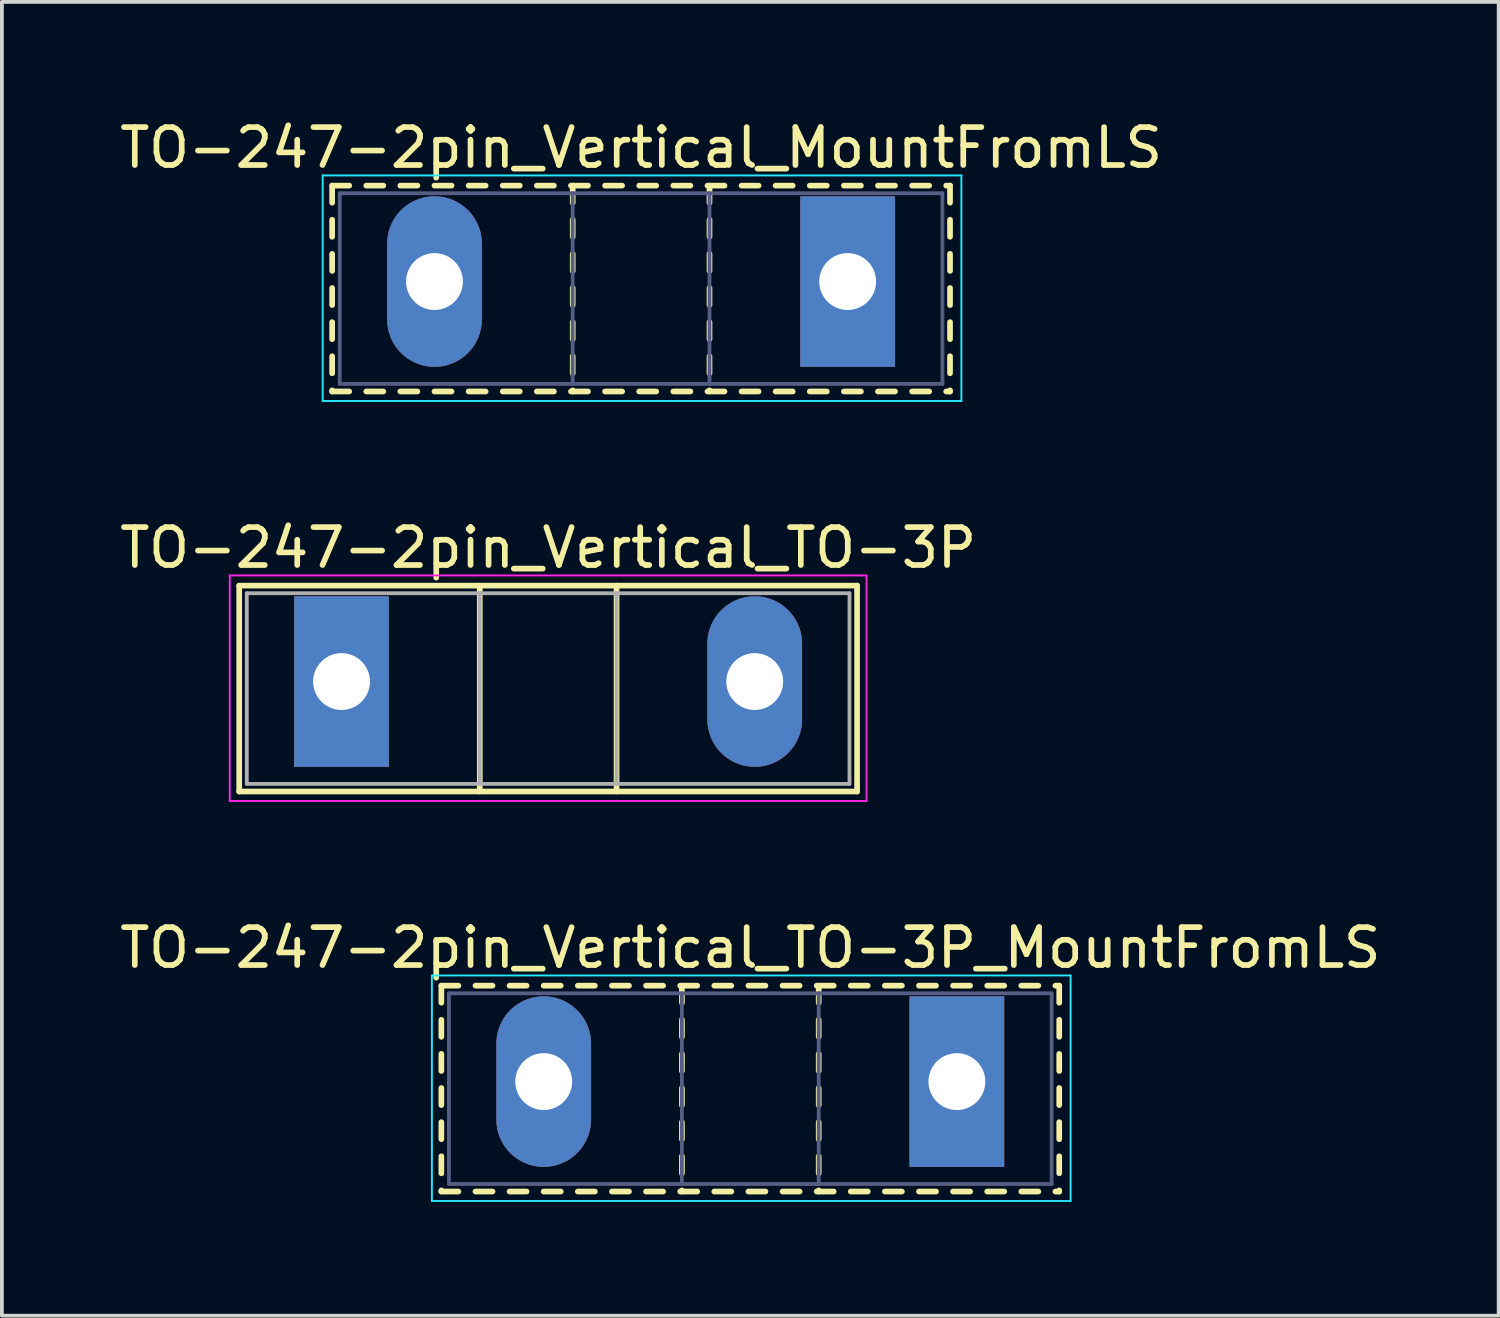
<source format=kicad_pcb>
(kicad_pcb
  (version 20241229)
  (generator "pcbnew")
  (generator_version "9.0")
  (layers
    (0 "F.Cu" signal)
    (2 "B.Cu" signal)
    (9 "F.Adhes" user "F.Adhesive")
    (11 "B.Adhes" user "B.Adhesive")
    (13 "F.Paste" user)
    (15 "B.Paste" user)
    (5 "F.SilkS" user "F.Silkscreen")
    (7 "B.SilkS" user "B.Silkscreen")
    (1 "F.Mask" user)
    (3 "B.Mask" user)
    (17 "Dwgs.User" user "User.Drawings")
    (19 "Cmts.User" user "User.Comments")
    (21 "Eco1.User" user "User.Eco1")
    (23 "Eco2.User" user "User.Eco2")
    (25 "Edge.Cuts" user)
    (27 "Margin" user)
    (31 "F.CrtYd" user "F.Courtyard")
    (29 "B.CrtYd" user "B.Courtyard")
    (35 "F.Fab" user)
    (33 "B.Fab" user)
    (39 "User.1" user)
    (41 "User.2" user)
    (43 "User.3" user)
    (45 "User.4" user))
  (footprint "TO-247-2pin_Vertical_TO-3P"
    (layer "F.Cu")
    (at 5.961 14.931)
    (property "Reference" "TO-247-2pin_Vertical_TO-3P" (at 5.45 -3.53 0) (layer "F.SilkS") (effects (font (size 1 1) (thickness 0.15))))
    (attr through_hole)
    (fp_line (start -2.7 -2.531) (end -2.7 2.9) (stroke (width 0.15) (type solid)) (layer "F.SilkS"))
    (fp_line (start -2.7 -2.531) (end 13.601 -2.531) (stroke (width 0.15) (type solid)) (layer "F.SilkS"))
    (fp_line (start -2.7 2.9) (end 13.601 2.9) (stroke (width 0.15) (type solid)) (layer "F.SilkS"))
    (fp_line (start 3.646 -2.531) (end 3.646 2.9) (stroke (width 0.15) (type solid)) (layer "F.SilkS"))
    (fp_line (start 7.255 -2.531) (end 7.255 2.9) (stroke (width 0.15) (type solid)) (layer "F.SilkS"))
    (fp_line (start 13.601 -2.531) (end 13.601 2.9) (stroke (width 0.15) (type solid)) (layer "F.SilkS"))
    (fp_line (start -2.95 -2.8) (end -2.95 3.15) (stroke (width 0.05) (type solid)) (layer "F.CrtYd"))
    (fp_line (start -2.95 3.15) (end 13.85 3.15) (stroke (width 0.05) (type solid)) (layer "F.CrtYd"))
    (fp_line (start 13.85 -2.8) (end -2.95 -2.8) (stroke (width 0.05) (type solid)) (layer "F.CrtYd"))
    (fp_line (start 13.85 3.15) (end 13.85 -2.8) (stroke (width 0.05) (type solid)) (layer "F.CrtYd"))
    (fp_line (start -2.5 -2.33) (end -2.5 2.7) (stroke (width 0.1) (type solid)) (layer "F.Fab"))
    (fp_line (start -2.5 2.7) (end 13.4 2.7) (stroke (width 0.1) (type solid)) (layer "F.Fab"))
    (fp_line (start 3.645 -2.33) (end 3.645 2.7) (stroke (width 0.1) (type solid)) (layer "F.Fab"))
    (fp_line (start 7.255 -2.33) (end 7.255 2.7) (stroke (width 0.1) (type solid)) (layer "F.Fab"))
    (fp_line (start 13.4 -2.33) (end -2.5 -2.33) (stroke (width 0.1) (type solid)) (layer "F.Fab"))
    (fp_line (start 13.4 2.7) (end 13.4 -2.33) (stroke (width 0.1) (type solid)) (layer "F.Fab"))
    (pad "1" thru_hole rect (at 0 0) (size 2.5 4.5) (drill 1.5) (layers "*.Cu" "*.Mask"))
    (pad "2" thru_hole oval (at 10.9 0) (size 2.5 4.5) (drill 1.5) (layers "*.Cu" "*.Mask")))
  (footprint "TO-247-2pin_Vertical_MountFromLS"
    (layer "F.Cu")
    (at 19.313 4.378)
    (property "Reference" "TO-247-2pin_Vertical_MountFromLS" (at -5.45 -3.53 0) (layer "F.SilkS") (effects (font (size 1 1) (thickness 0.15))))
    (attr through_hole)
    (fp_line (start -13.6 -2.531) (end -13.6 -2.081) (stroke (width 0.15) (type solid)) (layer "F.SilkS"))
    (fp_line (start -13.6 -2.531) (end -13.15 -2.531) (stroke (width 0.15) (type solid)) (layer "F.SilkS"))
    (fp_line (start -13.6 -1.631) (end -13.6 -1.181) (stroke (width 0.15) (type solid)) (layer "F.SilkS"))
    (fp_line (start -13.6 -0.731) (end -13.6 -0.281) (stroke (width 0.15) (type solid)) (layer "F.SilkS"))
    (fp_line (start -13.6 0.17) (end -13.6 0.62) (stroke (width 0.15) (type solid)) (layer "F.SilkS"))
    (fp_line (start -13.6 1.07) (end -13.6 1.52) (stroke (width 0.15) (type solid)) (layer "F.SilkS"))
    (fp_line (start -13.6 1.97) (end -13.6 2.42) (stroke (width 0.15) (type solid)) (layer "F.SilkS"))
    (fp_line (start -13.6 2.87) (end -13.6 2.9) (stroke (width 0.15) (type solid)) (layer "F.SilkS"))
    (fp_line (start -13.6 2.9) (end -13.15 2.9) (stroke (width 0.15) (type solid)) (layer "F.SilkS"))
    (fp_line (start -12.7 -2.531) (end -12.25 -2.531) (stroke (width 0.15) (type solid)) (layer "F.SilkS"))
    (fp_line (start -12.7 2.9) (end -12.25 2.9) (stroke (width 0.15) (type solid)) (layer "F.SilkS"))
    (fp_line (start -11.801 -2.531) (end -11.351 -2.531) (stroke (width 0.15) (type solid)) (layer "F.SilkS"))
    (fp_line (start -11.801 2.9) (end -11.351 2.9) (stroke (width 0.15) (type solid)) (layer "F.SilkS"))
    (fp_line (start -10.901 -2.531) (end -10.45 -2.531) (stroke (width 0.15) (type solid)) (layer "F.SilkS"))
    (fp_line (start -10.901 2.9) (end -10.45 2.9) (stroke (width 0.15) (type solid)) (layer "F.SilkS"))
    (fp_line (start -10 -2.531) (end -9.55 -2.531) (stroke (width 0.15) (type solid)) (layer "F.SilkS"))
    (fp_line (start -10 2.9) (end -9.55 2.9) (stroke (width 0.15) (type solid)) (layer "F.SilkS"))
    (fp_line (start -9.1 -2.531) (end -8.65 -2.531) (stroke (width 0.15) (type solid)) (layer "F.SilkS"))
    (fp_line (start -9.1 2.9) (end -8.65 2.9) (stroke (width 0.15) (type solid)) (layer "F.SilkS"))
    (fp_line (start -8.2 -2.531) (end -7.75 -2.531) (stroke (width 0.15) (type solid)) (layer "F.SilkS"))
    (fp_line (start -8.2 2.9) (end -7.75 2.9) (stroke (width 0.15) (type solid)) (layer "F.SilkS"))
    (fp_line (start -7.3 -2.531) (end -6.85 -2.531) (stroke (width 0.15) (type solid)) (layer "F.SilkS"))
    (fp_line (start -7.3 2.9) (end -6.85 2.9) (stroke (width 0.15) (type solid)) (layer "F.SilkS"))
    (fp_line (start -7.254 -2.531) (end -7.254 -2.081) (stroke (width 0.15) (type solid)) (layer "F.SilkS"))
    (fp_line (start -7.254 -1.631) (end -7.254 -1.181) (stroke (width 0.15) (type solid)) (layer "F.SilkS"))
    (fp_line (start -7.254 -0.731) (end -7.254 -0.281) (stroke (width 0.15) (type solid)) (layer "F.SilkS"))
    (fp_line (start -7.254 0.17) (end -7.254 0.62) (stroke (width 0.15) (type solid)) (layer "F.SilkS"))
    (fp_line (start -7.254 1.07) (end -7.254 1.52) (stroke (width 0.15) (type solid)) (layer "F.SilkS"))
    (fp_line (start -7.254 1.97) (end -7.254 2.42) (stroke (width 0.15) (type solid)) (layer "F.SilkS"))
    (fp_line (start -7.254 2.87) (end -7.254 2.9) (stroke (width 0.15) (type solid)) (layer "F.SilkS"))
    (fp_line (start -6.4 -2.531) (end -5.95 -2.531) (stroke (width 0.15) (type solid)) (layer "F.SilkS"))
    (fp_line (start -6.4 2.9) (end -5.95 2.9) (stroke (width 0.15) (type solid)) (layer "F.SilkS"))
    (fp_line (start -5.5 -2.531) (end -5.05 -2.531) (stroke (width 0.15) (type solid)) (layer "F.SilkS"))
    (fp_line (start -5.5 2.9) (end -5.05 2.9) (stroke (width 0.15) (type solid)) (layer "F.SilkS"))
    (fp_line (start -4.599 -2.531) (end -4.149 -2.531) (stroke (width 0.15) (type solid)) (layer "F.SilkS"))
    (fp_line (start -4.599 2.9) (end -4.149 2.9) (stroke (width 0.15) (type solid)) (layer "F.SilkS"))
    (fp_line (start -3.699 -2.531) (end -3.249 -2.531) (stroke (width 0.15) (type solid)) (layer "F.SilkS"))
    (fp_line (start -3.699 2.9) (end -3.249 2.9) (stroke (width 0.15) (type solid)) (layer "F.SilkS"))
    (fp_line (start -3.645 -2.531) (end -3.645 -2.081) (stroke (width 0.15) (type solid)) (layer "F.SilkS"))
    (fp_line (start -3.645 -1.631) (end -3.645 -1.181) (stroke (width 0.15) (type solid)) (layer "F.SilkS"))
    (fp_line (start -3.645 -0.731) (end -3.645 -0.281) (stroke (width 0.15) (type solid)) (layer "F.SilkS"))
    (fp_line (start -3.645 0.17) (end -3.645 0.62) (stroke (width 0.15) (type solid)) (layer "F.SilkS"))
    (fp_line (start -3.645 1.07) (end -3.645 1.52) (stroke (width 0.15) (type solid)) (layer "F.SilkS"))
    (fp_line (start -3.645 1.97) (end -3.645 2.42) (stroke (width 0.15) (type solid)) (layer "F.SilkS"))
    (fp_line (start -3.645 2.87) (end -3.645 2.9) (stroke (width 0.15) (type solid)) (layer "F.SilkS"))
    (fp_line (start -2.799 -2.531) (end -2.35 -2.531) (stroke (width 0.15) (type solid)) (layer "F.SilkS"))
    (fp_line (start -2.799 2.9) (end -2.35 2.9) (stroke (width 0.15) (type solid)) (layer "F.SilkS"))
    (fp_line (start -1.9 -2.531) (end -1.45 -2.531) (stroke (width 0.15) (type solid)) (layer "F.SilkS"))
    (fp_line (start -1.9 2.9) (end -1.45 2.9) (stroke (width 0.15) (type solid)) (layer "F.SilkS"))
    (fp_line (start -1 -2.531) (end -0.55 -2.531) (stroke (width 0.15) (type solid)) (layer "F.SilkS"))
    (fp_line (start -1 2.9) (end -0.55 2.9) (stroke (width 0.15) (type solid)) (layer "F.SilkS"))
    (fp_line (start -0.1 -2.531) (end 0.35 -2.531) (stroke (width 0.15) (type solid)) (layer "F.SilkS"))
    (fp_line (start -0.1 2.9) (end 0.35 2.9) (stroke (width 0.15) (type solid)) (layer "F.SilkS"))
    (fp_line (start 0.8 -2.531) (end 1.25 -2.531) (stroke (width 0.15) (type solid)) (layer "F.SilkS"))
    (fp_line (start 0.8 2.9) (end 1.25 2.9) (stroke (width 0.15) (type solid)) (layer "F.SilkS"))
    (fp_line (start 1.7 -2.531) (end 2.15 -2.531) (stroke (width 0.15) (type solid)) (layer "F.SilkS"))
    (fp_line (start 1.7 2.9) (end 2.15 2.9) (stroke (width 0.15) (type solid)) (layer "F.SilkS"))
    (fp_line (start 2.6 -2.531) (end 2.701 -2.531) (stroke (width 0.15) (type solid)) (layer "F.SilkS"))
    (fp_line (start 2.6 2.9) (end 2.701 2.9) (stroke (width 0.15) (type solid)) (layer "F.SilkS"))
    (fp_line (start 2.701 -2.531) (end 2.701 -2.081) (stroke (width 0.15) (type solid)) (layer "F.SilkS"))
    (fp_line (start 2.701 -1.631) (end 2.701 -1.181) (stroke (width 0.15) (type solid)) (layer "F.SilkS"))
    (fp_line (start 2.701 -0.731) (end 2.701 -0.281) (stroke (width 0.15) (type solid)) (layer "F.SilkS"))
    (fp_line (start 2.701 0.17) (end 2.701 0.62) (stroke (width 0.15) (type solid)) (layer "F.SilkS"))
    (fp_line (start 2.701 1.07) (end 2.701 1.52) (stroke (width 0.15) (type solid)) (layer "F.SilkS"))
    (fp_line (start 2.701 1.97) (end 2.701 2.42) (stroke (width 0.15) (type solid)) (layer "F.SilkS"))
    (fp_line (start 2.701 2.87) (end 2.701 2.9) (stroke (width 0.15) (type solid)) (layer "F.SilkS"))
    (fp_line (start -13.85 -2.8) (end -13.85 3.15) (stroke (width 0.05) (type solid)) (layer "B.CrtYd"))
    (fp_line (start -13.85 3.15) (end 3 3.15) (stroke (width 0.05) (type solid)) (layer "B.CrtYd"))
    (fp_line (start 3 -2.8) (end -13.85 -2.8) (stroke (width 0.05) (type solid)) (layer "B.CrtYd"))
    (fp_line (start 3 3.15) (end 3 -2.8) (stroke (width 0.05) (type solid)) (layer "B.CrtYd"))
    (fp_line (start -13.4 -2.33) (end -13.4 2.7) (stroke (width 0.1) (type solid)) (layer "B.Fab"))
    (fp_line (start -13.4 2.7) (end 2.5 2.7) (stroke (width 0.1) (type solid)) (layer "B.Fab"))
    (fp_line (start -7.255 -2.33) (end -7.255 2.7) (stroke (width 0.1) (type solid)) (layer "B.Fab"))
    (fp_line (start -3.645 -2.33) (end -3.645 2.7) (stroke (width 0.1) (type solid)) (layer "B.Fab"))
    (fp_line (start 2.5 -2.33) (end -13.4 -2.33) (stroke (width 0.1) (type solid)) (layer "B.Fab"))
    (fp_line (start 2.5 2.7) (end 2.5 -2.33) (stroke (width 0.1) (type solid)) (layer "B.Fab"))
    (pad "1" thru_hole rect (at 0 0) (size 2.5 4.5) (drill 1.5) (layers "*.Cu" "*.Mask"))
    (pad "2" thru_hole oval (at -10.9 0) (size 2.5 4.5) (drill 1.5) (layers "*.Cu" "*.Mask")))
  (footprint "TO-247-2pin_Vertical_TO-3P_MountFromLS"
    (layer "F.Cu")
    (at 22.194 25.485)
    (property "Reference" "TO-247-2pin_Vertical_TO-3P_MountFromLS" (at -5.45 -3.53 0) (layer "F.SilkS") (effects (font (size 1 1) (thickness 0.15))))
    (attr through_hole)
    (fp_line (start -13.6 -2.531) (end -13.6 -2.081) (stroke (width 0.15) (type solid)) (layer "F.SilkS"))
    (fp_line (start -13.6 -2.531) (end -13.15 -2.531) (stroke (width 0.15) (type solid)) (layer "F.SilkS"))
    (fp_line (start -13.6 -1.631) (end -13.6 -1.181) (stroke (width 0.15) (type solid)) (layer "F.SilkS"))
    (fp_line (start -13.6 -0.731) (end -13.6 -0.281) (stroke (width 0.15) (type solid)) (layer "F.SilkS"))
    (fp_line (start -13.6 0.17) (end -13.6 0.62) (stroke (width 0.15) (type solid)) (layer "F.SilkS"))
    (fp_line (start -13.6 1.07) (end -13.6 1.52) (stroke (width 0.15) (type solid)) (layer "F.SilkS"))
    (fp_line (start -13.6 1.97) (end -13.6 2.42) (stroke (width 0.15) (type solid)) (layer "F.SilkS"))
    (fp_line (start -13.6 2.87) (end -13.6 2.9) (stroke (width 0.15) (type solid)) (layer "F.SilkS"))
    (fp_line (start -13.6 2.9) (end -13.15 2.9) (stroke (width 0.15) (type solid)) (layer "F.SilkS"))
    (fp_line (start -12.7 -2.531) (end -12.25 -2.531) (stroke (width 0.15) (type solid)) (layer "F.SilkS"))
    (fp_line (start -12.7 2.9) (end -12.25 2.9) (stroke (width 0.15) (type solid)) (layer "F.SilkS"))
    (fp_line (start -11.801 -2.531) (end -11.351 -2.531) (stroke (width 0.15) (type solid)) (layer "F.SilkS"))
    (fp_line (start -11.801 2.9) (end -11.351 2.9) (stroke (width 0.15) (type solid)) (layer "F.SilkS"))
    (fp_line (start -10.901 -2.531) (end -10.45 -2.531) (stroke (width 0.15) (type solid)) (layer "F.SilkS"))
    (fp_line (start -10.901 2.9) (end -10.45 2.9) (stroke (width 0.15) (type solid)) (layer "F.SilkS"))
    (fp_line (start -10 -2.531) (end -9.55 -2.531) (stroke (width 0.15) (type solid)) (layer "F.SilkS"))
    (fp_line (start -10 2.9) (end -9.55 2.9) (stroke (width 0.15) (type solid)) (layer "F.SilkS"))
    (fp_line (start -9.1 -2.531) (end -8.65 -2.531) (stroke (width 0.15) (type solid)) (layer "F.SilkS"))
    (fp_line (start -9.1 2.9) (end -8.65 2.9) (stroke (width 0.15) (type solid)) (layer "F.SilkS"))
    (fp_line (start -8.2 -2.531) (end -7.75 -2.531) (stroke (width 0.15) (type solid)) (layer "F.SilkS"))
    (fp_line (start -8.2 2.9) (end -7.75 2.9) (stroke (width 0.15) (type solid)) (layer "F.SilkS"))
    (fp_line (start -7.3 -2.531) (end -6.85 -2.531) (stroke (width 0.15) (type solid)) (layer "F.SilkS"))
    (fp_line (start -7.3 2.9) (end -6.85 2.9) (stroke (width 0.15) (type solid)) (layer "F.SilkS"))
    (fp_line (start -7.254 -2.531) (end -7.254 -2.081) (stroke (width 0.15) (type solid)) (layer "F.SilkS"))
    (fp_line (start -7.254 -1.631) (end -7.254 -1.181) (stroke (width 0.15) (type solid)) (layer "F.SilkS"))
    (fp_line (start -7.254 -0.731) (end -7.254 -0.281) (stroke (width 0.15) (type solid)) (layer "F.SilkS"))
    (fp_line (start -7.254 0.17) (end -7.254 0.62) (stroke (width 0.15) (type solid)) (layer "F.SilkS"))
    (fp_line (start -7.254 1.07) (end -7.254 1.52) (stroke (width 0.15) (type solid)) (layer "F.SilkS"))
    (fp_line (start -7.254 1.97) (end -7.254 2.42) (stroke (width 0.15) (type solid)) (layer "F.SilkS"))
    (fp_line (start -7.254 2.87) (end -7.254 2.9) (stroke (width 0.15) (type solid)) (layer "F.SilkS"))
    (fp_line (start -6.4 -2.531) (end -5.95 -2.531) (stroke (width 0.15) (type solid)) (layer "F.SilkS"))
    (fp_line (start -6.4 2.9) (end -5.95 2.9) (stroke (width 0.15) (type solid)) (layer "F.SilkS"))
    (fp_line (start -5.5 -2.531) (end -5.05 -2.531) (stroke (width 0.15) (type solid)) (layer "F.SilkS"))
    (fp_line (start -5.5 2.9) (end -5.05 2.9) (stroke (width 0.15) (type solid)) (layer "F.SilkS"))
    (fp_line (start -4.599 -2.531) (end -4.149 -2.531) (stroke (width 0.15) (type solid)) (layer "F.SilkS"))
    (fp_line (start -4.599 2.9) (end -4.149 2.9) (stroke (width 0.15) (type solid)) (layer "F.SilkS"))
    (fp_line (start -3.699 -2.531) (end -3.249 -2.531) (stroke (width 0.15) (type solid)) (layer "F.SilkS"))
    (fp_line (start -3.699 2.9) (end -3.249 2.9) (stroke (width 0.15) (type solid)) (layer "F.SilkS"))
    (fp_line (start -3.645 -2.531) (end -3.645 -2.081) (stroke (width 0.15) (type solid)) (layer "F.SilkS"))
    (fp_line (start -3.645 -1.631) (end -3.645 -1.181) (stroke (width 0.15) (type solid)) (layer "F.SilkS"))
    (fp_line (start -3.645 -0.731) (end -3.645 -0.281) (stroke (width 0.15) (type solid)) (layer "F.SilkS"))
    (fp_line (start -3.645 0.17) (end -3.645 0.62) (stroke (width 0.15) (type solid)) (layer "F.SilkS"))
    (fp_line (start -3.645 1.07) (end -3.645 1.52) (stroke (width 0.15) (type solid)) (layer "F.SilkS"))
    (fp_line (start -3.645 1.97) (end -3.645 2.42) (stroke (width 0.15) (type solid)) (layer "F.SilkS"))
    (fp_line (start -3.645 2.87) (end -3.645 2.9) (stroke (width 0.15) (type solid)) (layer "F.SilkS"))
    (fp_line (start -2.799 -2.531) (end -2.35 -2.531) (stroke (width 0.15) (type solid)) (layer "F.SilkS"))
    (fp_line (start -2.799 2.9) (end -2.35 2.9) (stroke (width 0.15) (type solid)) (layer "F.SilkS"))
    (fp_line (start -1.9 -2.531) (end -1.45 -2.531) (stroke (width 0.15) (type solid)) (layer "F.SilkS"))
    (fp_line (start -1.9 2.9) (end -1.45 2.9) (stroke (width 0.15) (type solid)) (layer "F.SilkS"))
    (fp_line (start -1 -2.531) (end -0.55 -2.531) (stroke (width 0.15) (type solid)) (layer "F.SilkS"))
    (fp_line (start -1 2.9) (end -0.55 2.9) (stroke (width 0.15) (type solid)) (layer "F.SilkS"))
    (fp_line (start -0.1 -2.531) (end 0.35 -2.531) (stroke (width 0.15) (type solid)) (layer "F.SilkS"))
    (fp_line (start -0.1 2.9) (end 0.35 2.9) (stroke (width 0.15) (type solid)) (layer "F.SilkS"))
    (fp_line (start 0.8 -2.531) (end 1.25 -2.531) (stroke (width 0.15) (type solid)) (layer "F.SilkS"))
    (fp_line (start 0.8 2.9) (end 1.25 2.9) (stroke (width 0.15) (type solid)) (layer "F.SilkS"))
    (fp_line (start 1.7 -2.531) (end 2.15 -2.531) (stroke (width 0.15) (type solid)) (layer "F.SilkS"))
    (fp_line (start 1.7 2.9) (end 2.15 2.9) (stroke (width 0.15) (type solid)) (layer "F.SilkS"))
    (fp_line (start 2.6 -2.531) (end 2.701 -2.531) (stroke (width 0.15) (type solid)) (layer "F.SilkS"))
    (fp_line (start 2.6 2.9) (end 2.701 2.9) (stroke (width 0.15) (type solid)) (layer "F.SilkS"))
    (fp_line (start 2.701 -2.531) (end 2.701 -2.081) (stroke (width 0.15) (type solid)) (layer "F.SilkS"))
    (fp_line (start 2.701 -1.631) (end 2.701 -1.181) (stroke (width 0.15) (type solid)) (layer "F.SilkS"))
    (fp_line (start 2.701 -0.731) (end 2.701 -0.281) (stroke (width 0.15) (type solid)) (layer "F.SilkS"))
    (fp_line (start 2.701 0.17) (end 2.701 0.62) (stroke (width 0.15) (type solid)) (layer "F.SilkS"))
    (fp_line (start 2.701 1.07) (end 2.701 1.52) (stroke (width 0.15) (type solid)) (layer "F.SilkS"))
    (fp_line (start 2.701 1.97) (end 2.701 2.42) (stroke (width 0.15) (type solid)) (layer "F.SilkS"))
    (fp_line (start 2.701 2.87) (end 2.701 2.9) (stroke (width 0.15) (type solid)) (layer "F.SilkS"))
    (fp_line (start -13.85 -2.8) (end -13.85 3.15) (stroke (width 0.05) (type solid)) (layer "B.CrtYd"))
    (fp_line (start -13.85 3.15) (end 3 3.15) (stroke (width 0.05) (type solid)) (layer "B.CrtYd"))
    (fp_line (start 3 -2.8) (end -13.85 -2.8) (stroke (width 0.05) (type solid)) (layer "B.CrtYd"))
    (fp_line (start 3 3.15) (end 3 -2.8) (stroke (width 0.05) (type solid)) (layer "B.CrtYd"))
    (fp_line (start -13.4 -2.33) (end -13.4 2.7) (stroke (width 0.1) (type solid)) (layer "B.Fab"))
    (fp_line (start -13.4 2.7) (end 2.5 2.7) (stroke (width 0.1) (type solid)) (layer "B.Fab"))
    (fp_line (start -7.255 -2.33) (end -7.255 2.7) (stroke (width 0.1) (type solid)) (layer "B.Fab"))
    (fp_line (start -3.645 -2.33) (end -3.645 2.7) (stroke (width 0.1) (type solid)) (layer "B.Fab"))
    (fp_line (start 2.5 -2.33) (end -13.4 -2.33) (stroke (width 0.1) (type solid)) (layer "B.Fab"))
    (fp_line (start 2.5 2.7) (end 2.5 -2.33) (stroke (width 0.1) (type solid)) (layer "B.Fab"))
    (pad "1" thru_hole rect (at 0 0) (size 2.5 4.5) (drill 1.5) (layers "*.Cu" "*.Mask"))
    (pad "2" thru_hole oval (at -10.9 0) (size 2.5 4.5) (drill 1.5) (layers "*.Cu" "*.Mask")))
  (gr_rect
    (start -3 -3)
    (end 36.488 31.66)
    (stroke (width 0.1) (type default))
    (fill no)
    (layer "Edge.Cuts")))
</source>
